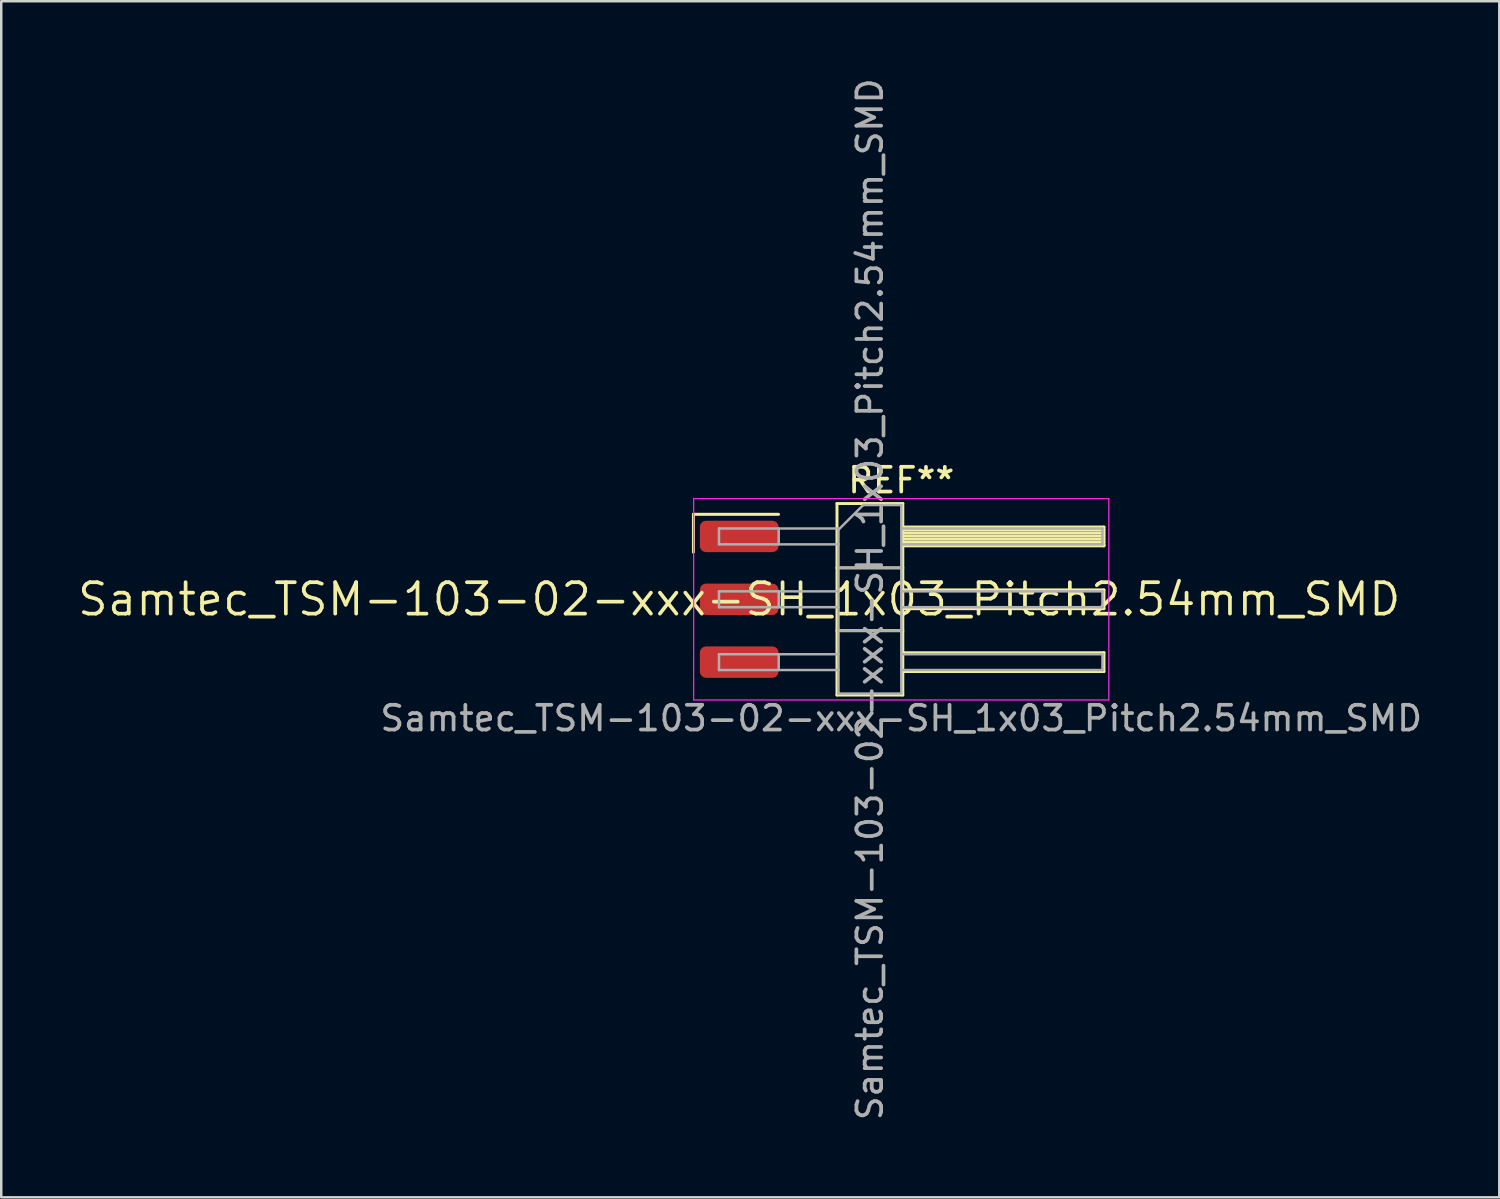
<source format=kicad_pcb>
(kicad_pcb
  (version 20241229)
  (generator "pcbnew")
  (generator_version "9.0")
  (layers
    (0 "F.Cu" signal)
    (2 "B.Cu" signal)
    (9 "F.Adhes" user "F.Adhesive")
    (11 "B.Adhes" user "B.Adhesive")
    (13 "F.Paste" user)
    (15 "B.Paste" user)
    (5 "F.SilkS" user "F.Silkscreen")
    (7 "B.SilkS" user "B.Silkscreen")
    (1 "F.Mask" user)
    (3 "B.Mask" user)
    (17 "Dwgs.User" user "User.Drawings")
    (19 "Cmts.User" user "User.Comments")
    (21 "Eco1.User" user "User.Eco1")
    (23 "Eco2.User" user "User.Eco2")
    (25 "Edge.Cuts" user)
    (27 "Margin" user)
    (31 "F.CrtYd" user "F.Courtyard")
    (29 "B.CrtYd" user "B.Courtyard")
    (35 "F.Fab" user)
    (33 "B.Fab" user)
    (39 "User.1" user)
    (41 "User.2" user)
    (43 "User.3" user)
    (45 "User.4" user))
  (footprint "Samtec_TSM-103-02-xxx-SH_1x03_Pitch2.54mm_SMD"
    (layer "F.Cu")
    (at 26.828 21.173)
    (property "Reference" "Samtec_TSM-103-02-xxx-SH_1x03_Pitch2.54mm_SMD" (at 0 0 0) (layer "F.SilkS") (effects (font (size 1.27 1.27) (thickness 0.15))))
    (attr smd)
    (fp_line (start -1.85 -3.435) (end 1.59 -3.435) (stroke (width 0.12) (type solid)) (layer "F.SilkS"))
    (fp_line (start -1.85 -1.905) (end -1.85 -3.435) (stroke (width 0.12) (type solid)) (layer "F.SilkS"))
    (fp_line (start 3.953 -3.87) (end 6.613 -3.87) (stroke (width 0.12) (type solid)) (layer "F.SilkS"))
    (fp_line (start 3.953 -1.27) (end 6.613 -1.27) (stroke (width 0.12) (type solid)) (layer "F.SilkS"))
    (fp_line (start 3.953 1.27) (end 6.613 1.27) (stroke (width 0.12) (type solid)) (layer "F.SilkS"))
    (fp_line (start 3.953 3.87) (end 3.953 -3.87) (stroke (width 0.12) (type solid)) (layer "F.SilkS"))
    (fp_line (start 6.613 -3.87) (end 6.613 3.87) (stroke (width 0.12) (type solid)) (layer "F.SilkS"))
    (fp_line (start 6.613 -2.92) (end 14.743 -2.92) (stroke (width 0.12) (type solid)) (layer "F.SilkS"))
    (fp_line (start 6.613 -2.8) (end 14.743 -2.8) (stroke (width 0.12) (type solid)) (layer "F.SilkS"))
    (fp_line (start 6.613 -2.68) (end 14.743 -2.68) (stroke (width 0.12) (type solid)) (layer "F.SilkS"))
    (fp_line (start 6.613 -2.56) (end 14.743 -2.56) (stroke (width 0.12) (type solid)) (layer "F.SilkS"))
    (fp_line (start 6.613 -2.44) (end 14.743 -2.44) (stroke (width 0.12) (type solid)) (layer "F.SilkS"))
    (fp_line (start 6.613 -2.32) (end 14.743 -2.32) (stroke (width 0.12) (type solid)) (layer "F.SilkS"))
    (fp_line (start 6.613 -2.2) (end 14.743 -2.2) (stroke (width 0.12) (type solid)) (layer "F.SilkS"))
    (fp_line (start 6.613 -2.16) (end 14.743 -2.16) (stroke (width 0.12) (type solid)) (layer "F.SilkS"))
    (fp_line (start 6.613 -0.38) (end 14.743 -0.38) (stroke (width 0.12) (type solid)) (layer "F.SilkS"))
    (fp_line (start 6.613 0.38) (end 14.743 0.38) (stroke (width 0.12) (type solid)) (layer "F.SilkS"))
    (fp_line (start 6.613 2.16) (end 14.743 2.16) (stroke (width 0.12) (type solid)) (layer "F.SilkS"))
    (fp_line (start 6.613 2.92) (end 14.743 2.92) (stroke (width 0.12) (type solid)) (layer "F.SilkS"))
    (fp_line (start 6.613 3.87) (end 3.953 3.87) (stroke (width 0.12) (type solid)) (layer "F.SilkS"))
    (fp_line (start 14.743 -2.92) (end 14.743 -2.16) (stroke (width 0.12) (type solid)) (layer "F.SilkS"))
    (fp_line (start 14.743 -0.38) (end 14.743 0.38) (stroke (width 0.12) (type solid)) (layer "F.SilkS"))
    (fp_line (start 14.743 2.16) (end 14.743 2.92) (stroke (width 0.12) (type solid)) (layer "F.SilkS"))
    (fp_line (start -1.84 -4.07) (end 14.94 -4.07) (stroke (width 0.05) (type solid)) (layer "F.CrtYd"))
    (fp_line (start -1.84 4.07) (end -1.84 -4.07) (stroke (width 0.05) (type solid)) (layer "F.CrtYd"))
    (fp_line (start 14.94 -4.07) (end 14.94 4.07) (stroke (width 0.05) (type solid)) (layer "F.CrtYd"))
    (fp_line (start 14.94 4.07) (end -1.84 4.07) (stroke (width 0.05) (type solid)) (layer "F.CrtYd"))
    (fp_line (start -0.817 -2.86) (end -0.817 -2.22) (stroke (width 0.1) (type solid)) (layer "F.Fab"))
    (fp_line (start -0.817 -2.86) (end 4.013 -2.86) (stroke (width 0.1) (type solid)) (layer "F.Fab"))
    (fp_line (start -0.817 -2.22) (end 4.013 -2.22) (stroke (width 0.1) (type solid)) (layer "F.Fab"))
    (fp_line (start -0.817 -0.32) (end -0.817 0.32) (stroke (width 0.1) (type solid)) (layer "F.Fab"))
    (fp_line (start -0.817 -0.32) (end 4.013 -0.32) (stroke (width 0.1) (type solid)) (layer "F.Fab"))
    (fp_line (start -0.817 0.32) (end 4.013 0.32) (stroke (width 0.1) (type solid)) (layer "F.Fab"))
    (fp_line (start -0.817 2.22) (end -0.817 2.86) (stroke (width 0.1) (type solid)) (layer "F.Fab"))
    (fp_line (start -0.817 2.22) (end 4.013 2.22) (stroke (width 0.1) (type solid)) (layer "F.Fab"))
    (fp_line (start -0.817 2.86) (end 4.013 2.86) (stroke (width 0.1) (type solid)) (layer "F.Fab"))
    (fp_line (start 1.598 -2.86) (end 1.598 -2.22) (stroke (width 0.1) (type solid)) (layer "F.Fab"))
    (fp_line (start 1.598 -0.32) (end 1.598 0.32) (stroke (width 0.1) (type solid)) (layer "F.Fab"))
    (fp_line (start 1.598 2.22) (end 1.598 2.86) (stroke (width 0.1) (type solid)) (layer "F.Fab"))
    (fp_line (start 4.013 -2.81) (end 5.013 -3.81) (stroke (width 0.1) (type solid)) (layer "F.Fab"))
    (fp_line (start 4.013 -1.27) (end 6.553 -1.27) (stroke (width 0.1) (type solid)) (layer "F.Fab"))
    (fp_line (start 4.013 1.27) (end 6.553 1.27) (stroke (width 0.1) (type solid)) (layer "F.Fab"))
    (fp_line (start 4.013 3.81) (end 4.013 -2.81) (stroke (width 0.1) (type solid)) (layer "F.Fab"))
    (fp_line (start 5.013 -3.81) (end 6.553 -3.81) (stroke (width 0.1) (type solid)) (layer "F.Fab"))
    (fp_line (start 6.553 -3.81) (end 6.553 3.81) (stroke (width 0.1) (type solid)) (layer "F.Fab"))
    (fp_line (start 6.553 -2.86) (end 14.683 -2.86) (stroke (width 0.1) (type solid)) (layer "F.Fab"))
    (fp_line (start 6.553 -2.22) (end 14.683 -2.22) (stroke (width 0.1) (type solid)) (layer "F.Fab"))
    (fp_line (start 6.553 -0.32) (end 14.683 -0.32) (stroke (width 0.1) (type solid)) (layer "F.Fab"))
    (fp_line (start 6.553 0.32) (end 14.683 0.32) (stroke (width 0.1) (type solid)) (layer "F.Fab"))
    (fp_line (start 6.553 2.22) (end 14.683 2.22) (stroke (width 0.1) (type solid)) (layer "F.Fab"))
    (fp_line (start 6.553 2.86) (end 14.683 2.86) (stroke (width 0.1) (type solid)) (layer "F.Fab"))
    (fp_line (start 6.553 3.81) (end 4.013 3.81) (stroke (width 0.1) (type solid)) (layer "F.Fab"))
    (fp_line (start 14.683 -2.86) (end 14.683 -2.22) (stroke (width 0.1) (type solid)) (layer "F.Fab"))
    (fp_line (start 14.683 -0.32) (end 14.683 0.32) (stroke (width 0.1) (type solid)) (layer "F.Fab"))
    (fp_line (start 14.683 2.22) (end 14.683 2.86) (stroke (width 0.1) (type solid)) (layer "F.Fab"))
    (fp_text user "REF**" (at 6.55 -4.81 0) (layer "F.SilkS") (effects (font (size 1 1) (thickness 0.15))))
    (fp_text user "${REFERENCE}" (at 5.283 0 90) (layer "F.Fab") (effects (font (size 1 1) (thickness 0.15))))
    (fp_text user "Samtec_TSM-103-02-xxx-SH_1x03_Pitch2.54mm_SMD" (at 6.55 4.81 0) (layer "F.Fab") (effects (font (size 1 1) (thickness 0.15))))
    (pad "1" smd roundrect (at 0 -2.54) (size 3.18 1.27) (layers "F.Cu" "F.Mask" "F.Paste") (roundrect_rratio 0.197))
    (pad "2" smd roundrect (at 0 0) (size 3.18 1.27) (layers "F.Cu" "F.Mask" "F.Paste") (roundrect_rratio 0.197))
    (pad "3" smd roundrect (at 0 2.54) (size 3.18 1.27) (layers "F.Cu" "F.Mask" "F.Paste") (roundrect_rratio 0.197)))
  (gr_rect
    (start -3 -3)
    (end 57.551 45.345)
    (stroke (width 0.1) (type default))
    (fill no)
    (layer "Edge.Cuts")))
</source>
